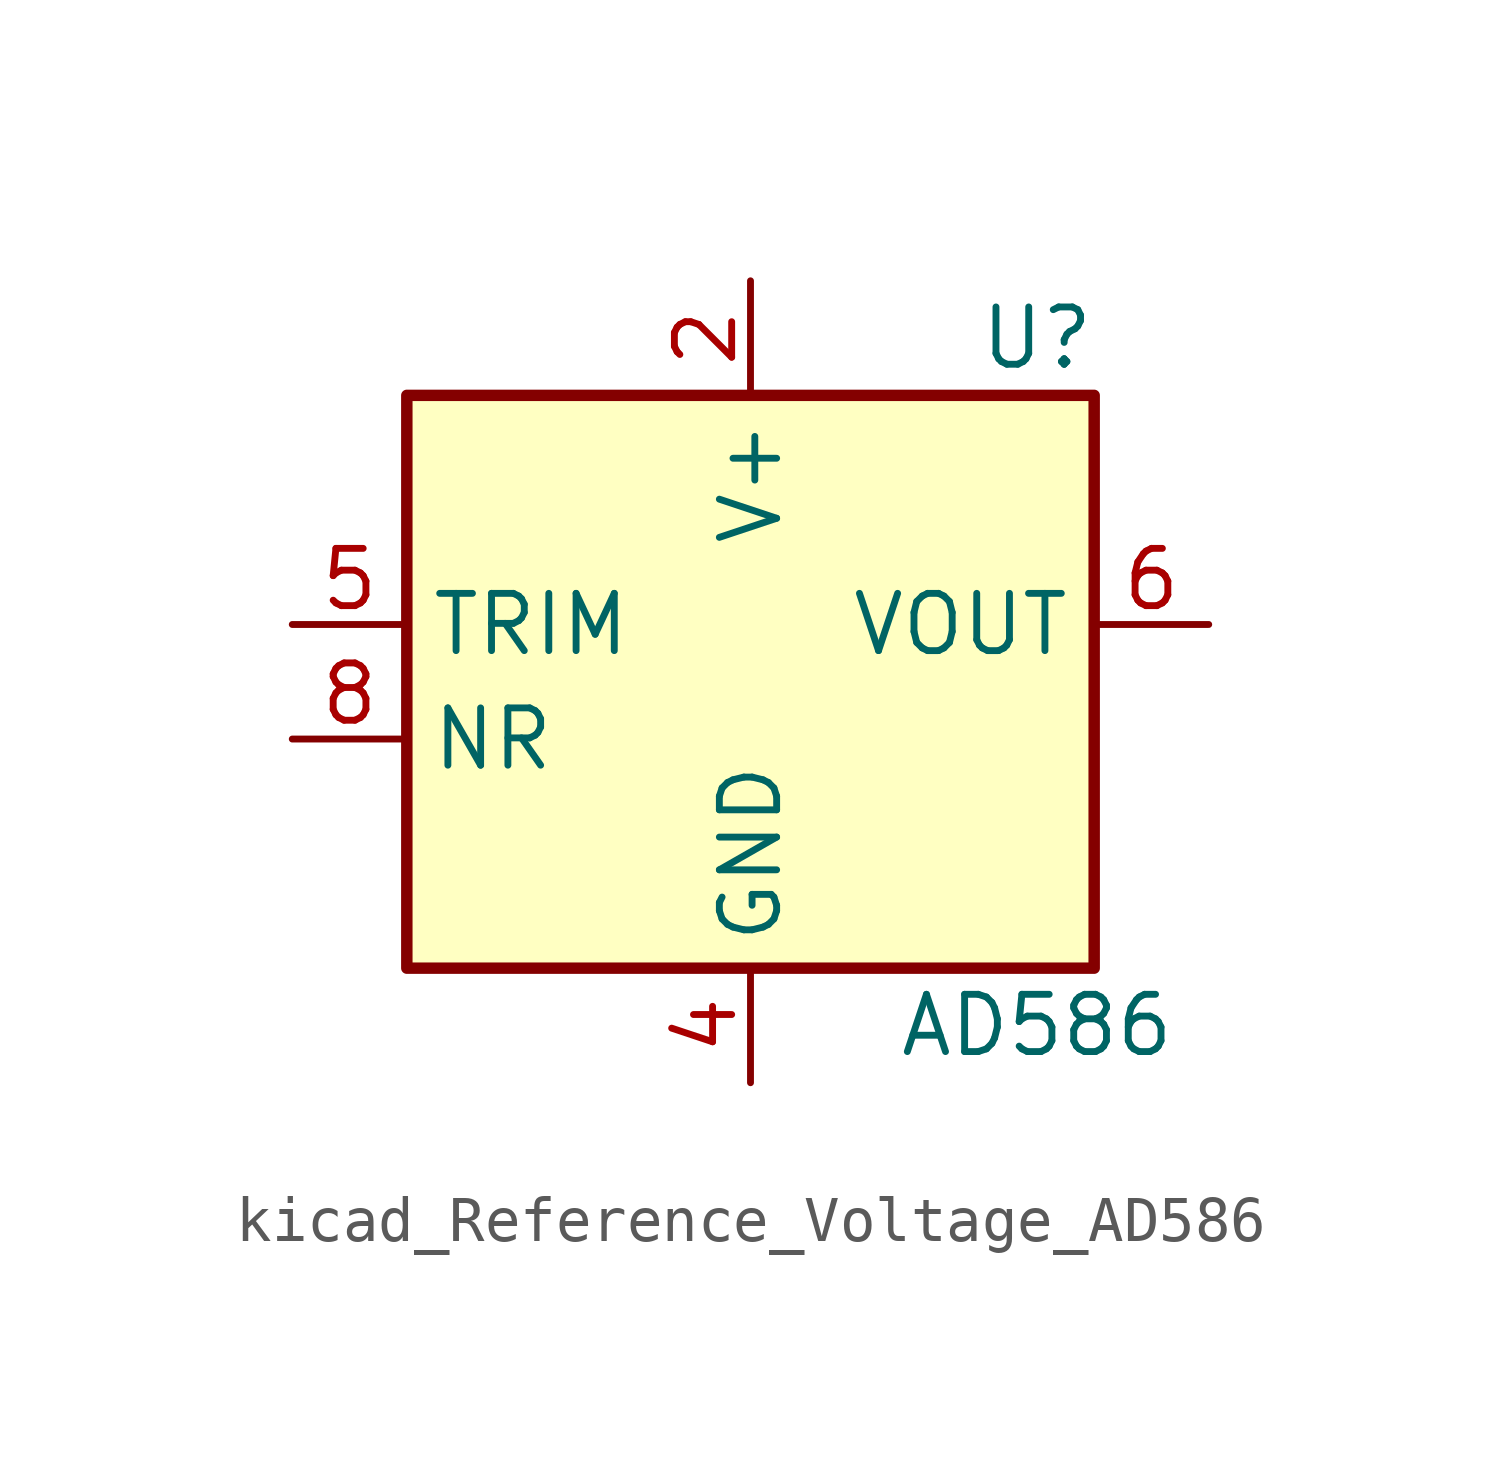
<source format=kicad_sym>
(kicad_symbol_lib
  (version 20220914)
  (generator kicad_symbol_editor)
  (symbol "kicad_Reference_Voltage_AD586"
    (property "Reference" "U"
      (at 6.35 6.35 0)
      (effects (font (size 1.27 1.27))))
    (property "Value" "AD586"
      (at 6.35 -8.89 0)
      (effects (font (size 1.27 1.27))))
    (symbol "kicad_Reference_Voltage_AD586_0_1"
      (rectangle (start -7.62 5.08) (end 7.62 -7.62) (stroke (width 0.254) (type default)) (fill (type background))))
    (symbol "kicad_Reference_Voltage_AD586_1_1"
      (pin no_connect line (at -7.62 2.54 0) (length 2.54) hide (name "NC" (effects (font (size 1.27 1.27)))) (number "1" (effects (font (size 1.27 1.27)))))
      (pin power_in line (at 0 7.62 270) (length 2.54) (name "V+" (effects (font (size 1.27 1.27)))) (number "2" (effects (font (size 1.27 1.27)))))
      (pin no_connect line (at -7.62 -5.08 0) (length 2.54) hide (name "NC" (effects (font (size 1.27 1.27)))) (number "3" (effects (font (size 1.27 1.27)))))
      (pin power_in line (at 0 -10.16 90) (length 2.54) (name "GND" (effects (font (size 1.27 1.27)))) (number "4" (effects (font (size 1.27 1.27)))))
      (pin input line (at -10.16 0 0) (length 2.54) (name "TRIM" (effects (font (size 1.27 1.27)))) (number "5" (effects (font (size 1.27 1.27)))))
      (pin power_out line (at 10.16 0 180) (length 2.54) (name "VOUT" (effects (font (size 1.27 1.27)))) (number "6" (effects (font (size 1.27 1.27)))))
      (pin no_connect line (at 7.62 -5.08 180) (length 2.54) hide (name "NC" (effects (font (size 1.27 1.27)))) (number "7" (effects (font (size 1.27 1.27)))))
      (pin input line (at -10.16 -2.54 0) (length 2.54) (name "NR" (effects (font (size 1.27 1.27)))) (number "8" (effects (font (size 1.27 1.27))))))))
</source>
